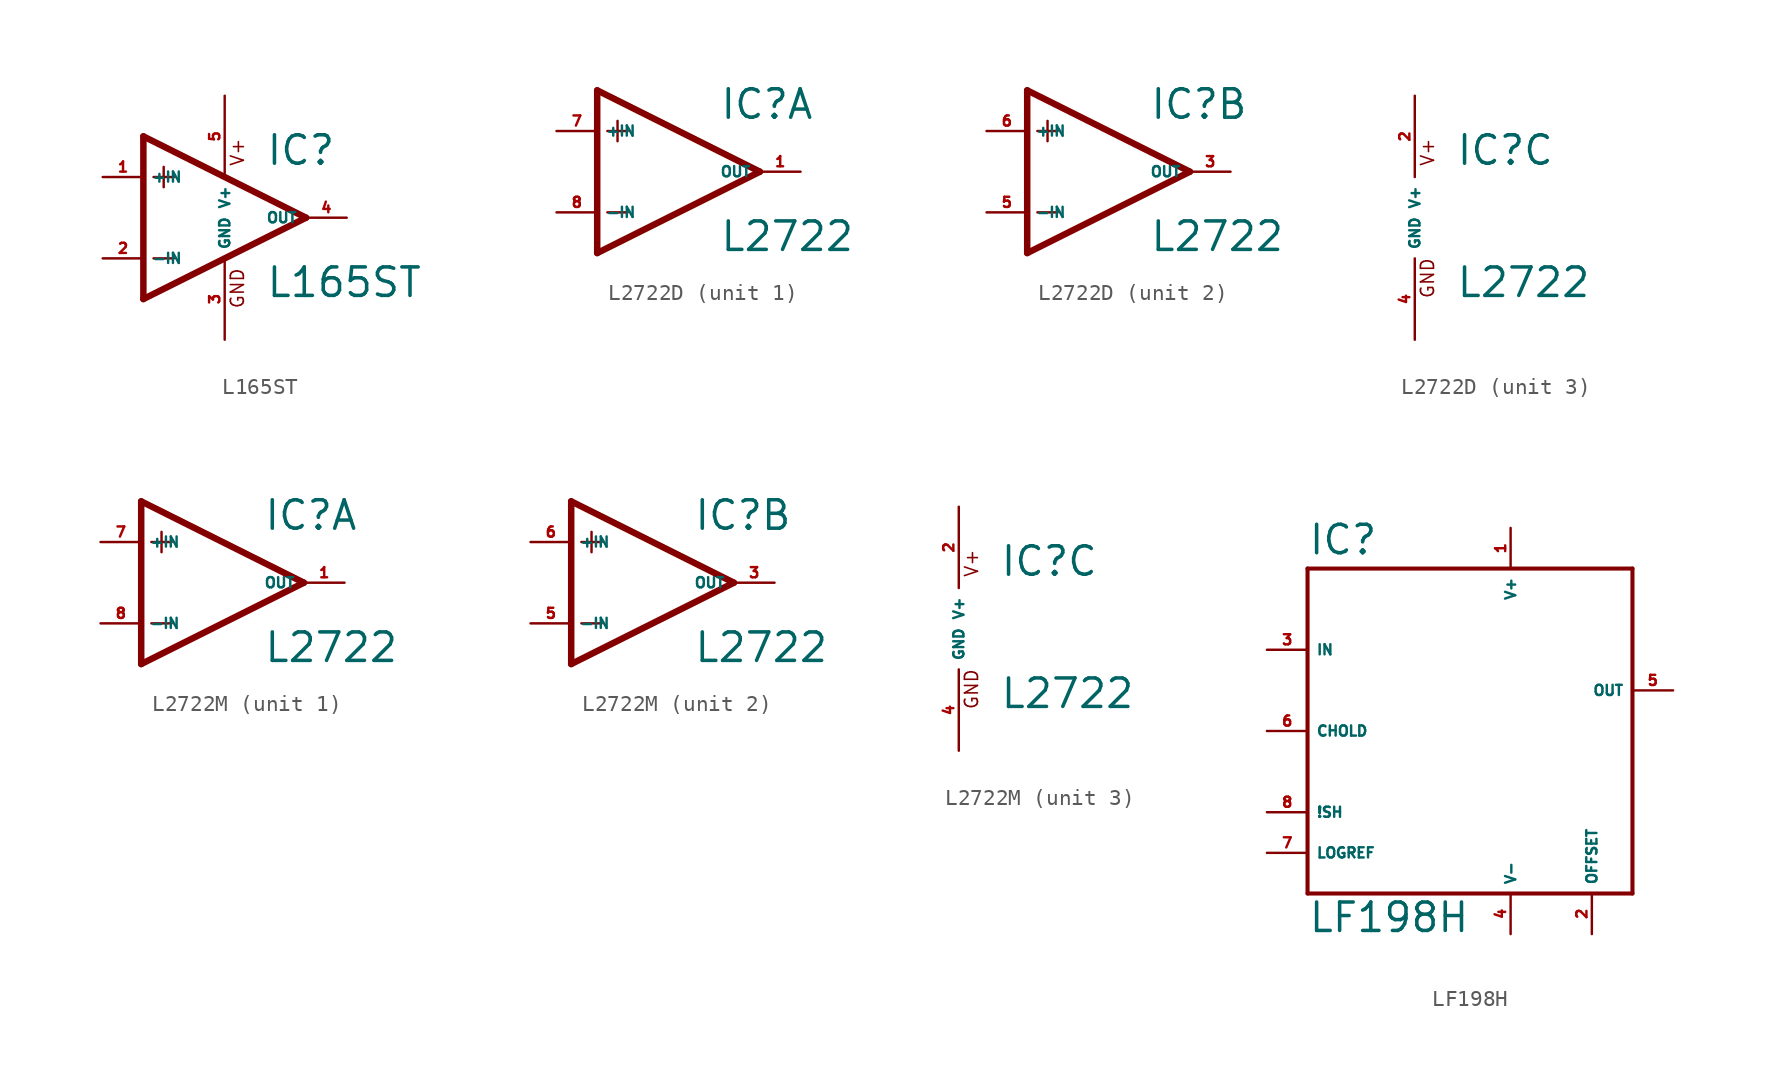
<source format=kicad_sym>
(kicad_symbol_lib
  (version 20220914)
  (generator Eagle2Kicad)
  (symbol "L165ST"
    (property "Reference" "IC"
      (at 2.54 3.175 0)
      (effects (font (size 1.778 1.778) (thickness 0.22)) (justify left bottom)))
    (property "Value" "L165ST"
      (at 2.54 -5.08 0)
      (effects (font (size 1.778 1.778) (thickness 0.22)) (justify left bottom)))
    (polyline
      (pts (xy -5.08 5.08) (xy -5.08 -5.08))
      (stroke (width 0.406) (type default))
      (fill (type none)))
    (polyline
      (pts (xy -5.08 -5.08) (xy 5.08 0))
      (stroke (width 0.406) (type default))
      (fill (type none)))
    (polyline
      (pts (xy 5.08 0) (xy -5.08 5.08))
      (stroke (width 0.406) (type default))
      (fill (type none)))
    (polyline
      (pts (xy -3.81 3.175) (xy -3.81 1.905))
      (stroke (width 0.152) (type default))
      (fill (type none)))
    (polyline
      (pts (xy -4.445 2.54) (xy -3.175 2.54))
      (stroke (width 0.152) (type default))
      (fill (type none)))
    (polyline
      (pts (xy -4.445 -2.54) (xy -3.175 -2.54))
      (stroke (width 0.152) (type default))
      (fill (type none)))
    (text "V+"
      (at 1.27 3.175 900)
      (effects (font (size 0.813 0.813) (thickness 0.10)) (justify left bottom)))
    (text "GND"
      (at 1.27 -5.715 900)
      (effects (font (size 0.813 0.813) (thickness 0.10)) (justify left bottom)))
    (pin input line
      (at -7.62 -2.54 0)
      (length 2.54)
      (name "-IN" (effects (font (size 0.635 0.635) (thickness 0.08)) (justify left bottom)))
      (number "2" (effects (font (size 0.635 0.635) (thickness 0.08)) (justify left bottom))))
    (pin input line
      (at -7.62 2.54 0)
      (length 2.54)
      (name "+IN" (effects (font (size 0.635 0.635) (thickness 0.08)) (justify left bottom)))
      (number "1" (effects (font (size 0.635 0.635) (thickness 0.08)) (justify left bottom))))
    (pin output line
      (at 7.62 0 180)
      (length 2.54)
      (name "OUT" (effects (font (size 0.635 0.635) (thickness 0.08)) (justify left bottom)))
      (number "4" (effects (font (size 0.635 0.635) (thickness 0.08)) (justify left bottom))))
    (pin unspecified line
      (at 0 7.62 270)
      (length 5.08)
      (name "V+" (effects (font (size 0.635 0.635) (thickness 0.08)) (justify left bottom)))
      (number "5" (effects (font (size 0.635 0.635) (thickness 0.08)) (justify left bottom))))
    (pin unspecified line
      (at 0 -7.62 90)
      (length 5.08)
      (name "GND" (effects (font (size 0.635 0.635) (thickness 0.08)) (justify left bottom)))
      (number "3" (effects (font (size 0.635 0.635) (thickness 0.08)) (justify left bottom)))))
  (symbol "L2722D"
    (property "Reference" "IC"
      (at 2.54 3.175 0)
      (effects (font (size 1.778 1.778) (thickness 0.22)) (justify left bottom)))
    (property "Value" "L2722"
      (at 2.54 -5.08 0)
      (effects (font (size 1.778 1.778) (thickness 0.22)) (justify left bottom)))
    (symbol "L2722D_1_0"
      (polyline (pts (xy -5.08 5.08) (xy -5.08 -5.08)) (stroke (width 0.406) (type default)) (fill (type none)))
      (polyline (pts (xy -5.08 -5.08) (xy 5.08 0)) (stroke (width 0.406) (type default)) (fill (type none)))
      (polyline (pts (xy 5.08 0) (xy -5.08 5.08)) (stroke (width 0.406) (type default)) (fill (type none)))
      (polyline (pts (xy -3.81 3.175) (xy -3.81 1.905)) (stroke (width 0.152) (type default)) (fill (type none)))
      (polyline (pts (xy -4.445 2.54) (xy -3.175 2.54)) (stroke (width 0.152) (type default)) (fill (type none)))
      (polyline (pts (xy -4.445 -2.54) (xy -3.175 -2.54)) (stroke (width 0.152) (type default)) (fill (type none)))
      (pin input line (at -7.62 -2.54 0) (length 2.54) (name "-IN" (effects (font (size 0.635 0.635) (thickness 0.08)) (justify left bottom))) (number "8" (effects (font (size 0.635 0.635) (thickness 0.08)) (justify left bottom))))
      (pin input line (at -7.62 2.54 0) (length 2.54) (name "+IN" (effects (font (size 0.635 0.635) (thickness 0.08)) (justify left bottom))) (number "7" (effects (font (size 0.635 0.635) (thickness 0.08)) (justify left bottom))))
      (pin output line (at 7.62 0 180) (length 2.54) (name "OUT" (effects (font (size 0.635 0.635) (thickness 0.08)) (justify left bottom))) (number "1" (effects (font (size 0.635 0.635) (thickness 0.08)) (justify left bottom)))))
    (symbol "L2722D_2_0"
      (polyline (pts (xy -5.08 5.08) (xy -5.08 -5.08)) (stroke (width 0.406) (type default)) (fill (type none)))
      (polyline (pts (xy -5.08 -5.08) (xy 5.08 0)) (stroke (width 0.406) (type default)) (fill (type none)))
      (polyline (pts (xy 5.08 0) (xy -5.08 5.08)) (stroke (width 0.406) (type default)) (fill (type none)))
      (polyline (pts (xy -3.81 3.175) (xy -3.81 1.905)) (stroke (width 0.152) (type default)) (fill (type none)))
      (polyline (pts (xy -4.445 2.54) (xy -3.175 2.54)) (stroke (width 0.152) (type default)) (fill (type none)))
      (polyline (pts (xy -4.445 -2.54) (xy -3.175 -2.54)) (stroke (width 0.152) (type default)) (fill (type none)))
      (pin input line (at -7.62 -2.54 0) (length 2.54) (name "-IN" (effects (font (size 0.635 0.635) (thickness 0.08)) (justify left bottom))) (number "5" (effects (font (size 0.635 0.635) (thickness 0.08)) (justify left bottom))))
      (pin input line (at -7.62 2.54 0) (length 2.54) (name "+IN" (effects (font (size 0.635 0.635) (thickness 0.08)) (justify left bottom))) (number "6" (effects (font (size 0.635 0.635) (thickness 0.08)) (justify left bottom))))
      (pin output line (at 7.62 0 180) (length 2.54) (name "OUT" (effects (font (size 0.635 0.635) (thickness 0.08)) (justify left bottom))) (number "3" (effects (font (size 0.635 0.635) (thickness 0.08)) (justify left bottom)))))
    (symbol "L2722D_3_0"
      (text "V+" (at 1.27 3.175 900) (effects (font (size 0.813 0.813) (thickness 0.10)) (justify left bottom)))
      (text "GND" (at 1.27 -5.08 900) (effects (font (size 0.813 0.813) (thickness 0.10)) (justify left bottom)))
      (pin unspecified line (at 0 7.62 270) (length 5.08) (name "V+" (effects (font (size 0.635 0.635) (thickness 0.08)) (justify left bottom))) (number "2" (effects (font (size 0.635 0.635) (thickness 0.08)) (justify left bottom))))
      (pin unspecified line (at 0 -7.62 90) (length 5.08) (name "GND" (effects (font (size 0.635 0.635) (thickness 0.08)) (justify left bottom))) (number "4" (effects (font (size 0.635 0.635) (thickness 0.08)) (justify left bottom))))))
  (symbol "L2722M"
    (property "Reference" "IC"
      (at 2.54 3.175 0)
      (effects (font (size 1.778 1.778) (thickness 0.22)) (justify left bottom)))
    (property "Value" "L2722"
      (at 2.54 -5.08 0)
      (effects (font (size 1.778 1.778) (thickness 0.22)) (justify left bottom)))
    (symbol "L2722M_1_0"
      (polyline (pts (xy -5.08 5.08) (xy -5.08 -5.08)) (stroke (width 0.406) (type default)) (fill (type none)))
      (polyline (pts (xy -5.08 -5.08) (xy 5.08 0)) (stroke (width 0.406) (type default)) (fill (type none)))
      (polyline (pts (xy 5.08 0) (xy -5.08 5.08)) (stroke (width 0.406) (type default)) (fill (type none)))
      (polyline (pts (xy -3.81 3.175) (xy -3.81 1.905)) (stroke (width 0.152) (type default)) (fill (type none)))
      (polyline (pts (xy -4.445 2.54) (xy -3.175 2.54)) (stroke (width 0.152) (type default)) (fill (type none)))
      (polyline (pts (xy -4.445 -2.54) (xy -3.175 -2.54)) (stroke (width 0.152) (type default)) (fill (type none)))
      (pin input line (at -7.62 -2.54 0) (length 2.54) (name "-IN" (effects (font (size 0.635 0.635) (thickness 0.08)) (justify left bottom))) (number "8" (effects (font (size 0.635 0.635) (thickness 0.08)) (justify left bottom))))
      (pin input line (at -7.62 2.54 0) (length 2.54) (name "+IN" (effects (font (size 0.635 0.635) (thickness 0.08)) (justify left bottom))) (number "7" (effects (font (size 0.635 0.635) (thickness 0.08)) (justify left bottom))))
      (pin output line (at 7.62 0 180) (length 2.54) (name "OUT" (effects (font (size 0.635 0.635) (thickness 0.08)) (justify left bottom))) (number "1" (effects (font (size 0.635 0.635) (thickness 0.08)) (justify left bottom)))))
    (symbol "L2722M_2_0"
      (polyline (pts (xy -5.08 5.08) (xy -5.08 -5.08)) (stroke (width 0.406) (type default)) (fill (type none)))
      (polyline (pts (xy -5.08 -5.08) (xy 5.08 0)) (stroke (width 0.406) (type default)) (fill (type none)))
      (polyline (pts (xy 5.08 0) (xy -5.08 5.08)) (stroke (width 0.406) (type default)) (fill (type none)))
      (polyline (pts (xy -3.81 3.175) (xy -3.81 1.905)) (stroke (width 0.152) (type default)) (fill (type none)))
      (polyline (pts (xy -4.445 2.54) (xy -3.175 2.54)) (stroke (width 0.152) (type default)) (fill (type none)))
      (polyline (pts (xy -4.445 -2.54) (xy -3.175 -2.54)) (stroke (width 0.152) (type default)) (fill (type none)))
      (pin input line (at -7.62 -2.54 0) (length 2.54) (name "-IN" (effects (font (size 0.635 0.635) (thickness 0.08)) (justify left bottom))) (number "5" (effects (font (size 0.635 0.635) (thickness 0.08)) (justify left bottom))))
      (pin input line (at -7.62 2.54 0) (length 2.54) (name "+IN" (effects (font (size 0.635 0.635) (thickness 0.08)) (justify left bottom))) (number "6" (effects (font (size 0.635 0.635) (thickness 0.08)) (justify left bottom))))
      (pin output line (at 7.62 0 180) (length 2.54) (name "OUT" (effects (font (size 0.635 0.635) (thickness 0.08)) (justify left bottom))) (number "3" (effects (font (size 0.635 0.635) (thickness 0.08)) (justify left bottom)))))
    (symbol "L2722M_3_0"
      (text "V+" (at 1.27 3.175 900) (effects (font (size 0.813 0.813) (thickness 0.10)) (justify left bottom)))
      (text "GND" (at 1.27 -5.08 900) (effects (font (size 0.813 0.813) (thickness 0.10)) (justify left bottom)))
      (pin unspecified line (at 0 7.62 270) (length 5.08) (name "V+" (effects (font (size 0.635 0.635) (thickness 0.08)) (justify left bottom))) (number "2" (effects (font (size 0.635 0.635) (thickness 0.08)) (justify left bottom))))
      (pin unspecified line (at 0 -7.62 90) (length 5.08) (name "GND" (effects (font (size 0.635 0.635) (thickness 0.08)) (justify left bottom))) (number "4" (effects (font (size 0.635 0.635) (thickness 0.08)) (justify left bottom))))))
  (symbol "LF198H"
    (property "Reference" "IC"
      (at -10.16 10.922 0)
      (effects (font (size 1.778 1.778) (thickness 0.22)) (justify left bottom)))
    (property "Value" "LF198H"
      (at -10.16 -12.7 0)
      (effects (font (size 1.778 1.778) (thickness 0.22)) (justify left bottom)))
    (polyline
      (pts (xy -10.16 10.16) (xy -10.16 -10.16))
      (stroke (width 0.254) (type default))
      (fill (type none)))
    (polyline
      (pts (xy -10.16 10.16) (xy 10.16 10.16))
      (stroke (width 0.254) (type default))
      (fill (type none)))
    (polyline
      (pts (xy 10.16 10.16) (xy 10.16 -10.16))
      (stroke (width 0.254) (type default))
      (fill (type none)))
    (polyline
      (pts (xy 10.16 -10.16) (xy -10.16 -10.16))
      (stroke (width 0.254) (type default))
      (fill (type none)))
    (pin input line
      (at -12.7 5.08 0)
      (length 2.54)
      (name "IN" (effects (font (size 0.635 0.635) (thickness 0.08)) (justify left bottom)))
      (number "3" (effects (font (size 0.635 0.635) (thickness 0.08)) (justify left bottom))))
    (pin unspecified line
      (at 2.54 12.7 270)
      (length 2.54)
      (name "V+" (effects (font (size 0.635 0.635) (thickness 0.08)) (justify left bottom)))
      (number "1" (effects (font (size 0.635 0.635) (thickness 0.08)) (justify left bottom))))
    (pin unspecified line
      (at 2.54 -12.7 90)
      (length 2.54)
      (name "V-" (effects (font (size 0.635 0.635) (thickness 0.08)) (justify left bottom)))
      (number "4" (effects (font (size 0.635 0.635) (thickness 0.08)) (justify left bottom))))
    (pin input line
      (at -12.7 -5.08 0)
      (length 2.54)
      (name "!SH" (effects (font (size 0.635 0.635) (thickness 0.08)) (justify left bottom)))
      (number "8" (effects (font (size 0.635 0.635) (thickness 0.08)) (justify left bottom))))
    (pin output line
      (at 12.7 2.54 180)
      (length 2.54)
      (name "OUT" (effects (font (size 0.635 0.635) (thickness 0.08)) (justify left bottom)))
      (number "5" (effects (font (size 0.635 0.635) (thickness 0.08)) (justify left bottom))))
    (pin unspecified line
      (at -12.7 -7.62 0)
      (length 2.54)
      (name "LOGREF" (effects (font (size 0.635 0.635) (thickness 0.08)) (justify left bottom)))
      (number "7" (effects (font (size 0.635 0.635) (thickness 0.08)) (justify left bottom))))
    (pin input line
      (at 7.62 -12.7 90)
      (length 2.54)
      (name "OFFSET" (effects (font (size 0.635 0.635) (thickness 0.08)) (justify left bottom)))
      (number "2" (effects (font (size 0.635 0.635) (thickness 0.08)) (justify left bottom))))
    (pin passive line
      (at -12.7 0 0)
      (length 2.54)
      (name "CHOLD" (effects (font (size 0.635 0.635) (thickness 0.08)) (justify left bottom)))
      (number "6" (effects (font (size 0.635 0.635) (thickness 0.08)) (justify left bottom))))))
</source>
